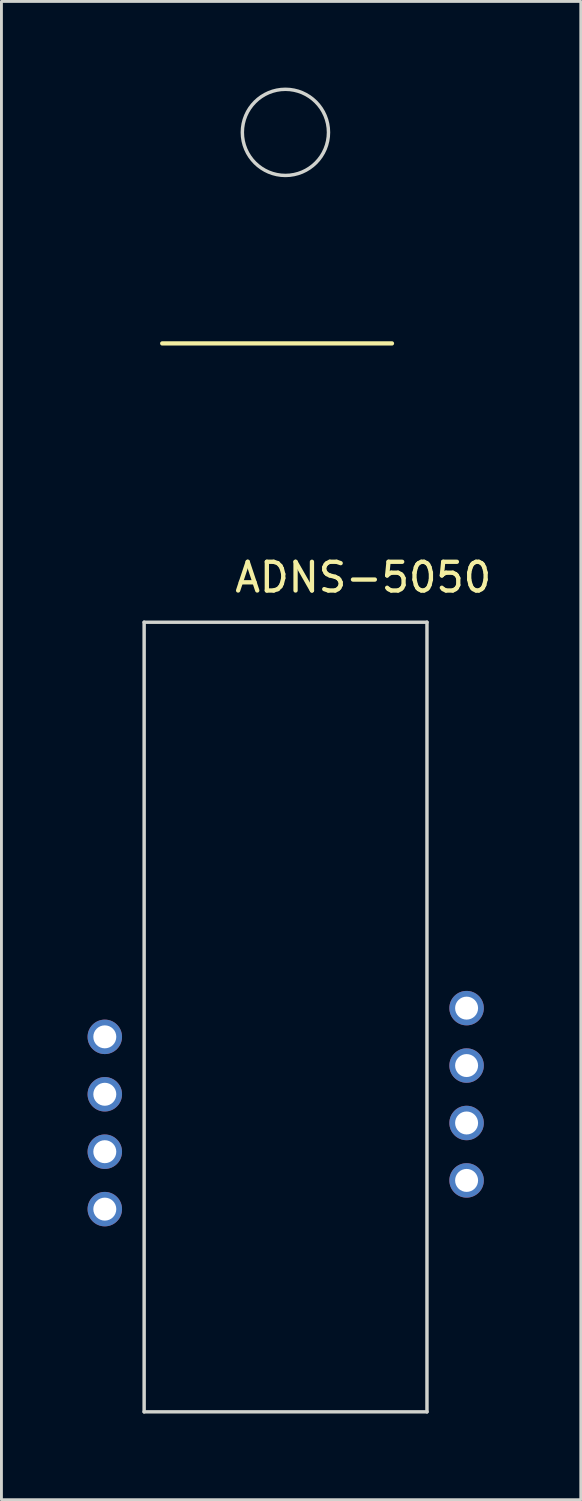
<source format=kicad_pcb>
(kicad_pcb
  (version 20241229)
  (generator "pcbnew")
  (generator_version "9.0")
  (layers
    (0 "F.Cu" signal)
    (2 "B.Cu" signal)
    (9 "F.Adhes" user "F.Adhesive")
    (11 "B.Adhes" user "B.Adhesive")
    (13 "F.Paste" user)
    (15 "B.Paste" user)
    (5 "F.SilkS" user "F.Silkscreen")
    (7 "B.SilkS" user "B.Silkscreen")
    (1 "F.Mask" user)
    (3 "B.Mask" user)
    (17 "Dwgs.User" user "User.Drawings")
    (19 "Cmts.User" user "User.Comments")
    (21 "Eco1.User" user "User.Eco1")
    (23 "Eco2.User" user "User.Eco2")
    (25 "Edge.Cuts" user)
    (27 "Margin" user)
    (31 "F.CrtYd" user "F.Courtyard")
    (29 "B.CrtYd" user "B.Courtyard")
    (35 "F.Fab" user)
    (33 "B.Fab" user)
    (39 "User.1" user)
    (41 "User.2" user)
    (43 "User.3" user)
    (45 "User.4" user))
  (footprint "ADNS-5050"
    (layer "F.Cu")
    (at 0.6 33.06)
    (property "Reference" "ADNS-5050" (at 9 -16 0) (unlocked yes) (layer "F.SilkS") (effects (font (size 1 1) (thickness 0.15))))
    (attr smd)
    (fp_line (start 2 -24.15) (end 10 -24.15) (stroke (width 0.15) (type default)) (layer "F.SilkS"))
    (fp_line (start 1.37 -14.44) (end 11.22 -14.44) (stroke (width 0.12) (type default)) (layer "Edge.Cuts"))
    (fp_line (start 1.37 13.06) (end 1.37 -14.44) (stroke (width 0.12) (type default)) (layer "Edge.Cuts"))
    (fp_line (start 1.37 13.06) (end 11.22 13.06) (stroke (width 0.12) (type default)) (layer "Edge.Cuts"))
    (fp_line (start 11.22 -14.44) (end 11.22 13.06) (stroke (width 0.12) (type default)) (layer "Edge.Cuts"))
    (fp_circle (center 6.29 -31.5) (end 7.79 -31.5) (stroke (width 0.12) (type default)) (fill no) (layer "Edge.Cuts"))
    (pad "1" thru_hole circle (at 0 0) (size 1.2 1.2) (drill 0.8) (layers "*.Cu" "*.Mask"))
    (pad "2" thru_hole circle (at 0 2) (size 1.2 1.2) (drill 0.8) (layers "*.Cu" "*.Mask"))
    (pad "3" thru_hole circle (at 0 4) (size 1.2 1.2) (drill 0.8) (layers "*.Cu" "*.Mask"))
    (pad "4" thru_hole circle (at 0 6) (size 1.2 1.2) (drill 0.8) (layers "*.Cu" "*.Mask"))
    (pad "5" thru_hole circle (at 12.6 5) (size 1.2 1.2) (drill 0.8) (layers "*.Cu" "*.Mask"))
    (pad "6" thru_hole circle (at 12.6 3) (size 1.2 1.2) (drill 0.8) (layers "*.Cu" "*.Mask"))
    (pad "7" thru_hole circle (at 12.6 1) (size 1.2 1.2) (drill 0.8) (layers "*.Cu" "*.Mask"))
    (pad "8" thru_hole circle (at 12.6 -1) (size 1.2 1.2) (drill 0.8) (layers "*.Cu" "*.Mask")))
  (gr_rect
    (start -3 -3)
    (end 17.177 49.18)
    (stroke (width 0.1) (type default))
    (fill no)
    (layer "Edge.Cuts")))
</source>
